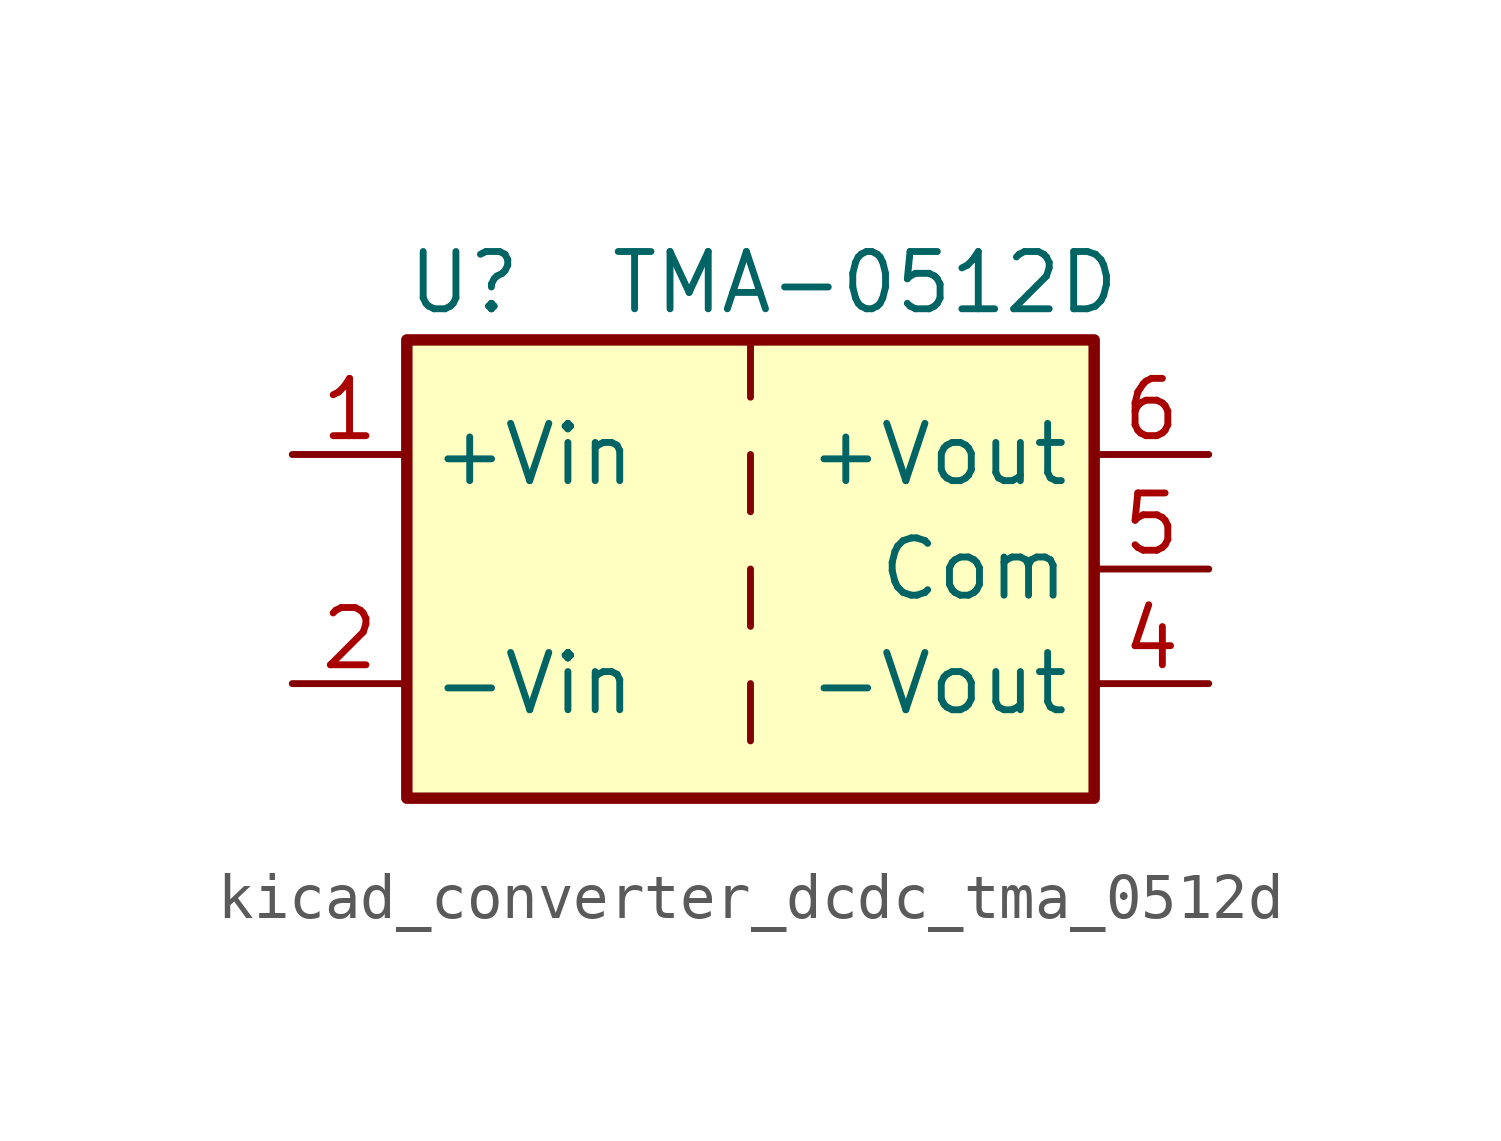
<source format=kicad_sym>
(kicad_symbol_lib
  (version 20220914)
  (generator kicad_symbol_editor)
  (symbol "kicad_converter_dcdc_tma_0512d"
    (property "Reference" "U"
      (at -6.35 6.35 0)
      (effects (font (size 1.27 1.27))))
    (property "Value" "TMA-0512D"
      (at 2.54 6.35 0)
      (effects (font (size 1.27 1.27))))
    (symbol "kicad_converter_dcdc_tma_0512d_0_1"
      (rectangle (start -7.62 5.08) (end 7.62 -5.08) (stroke (width 0.254) (type default)) (fill (type background)))
      (polyline (pts (xy 0 -2.54) (xy 0 -3.81)) (stroke (width 0) (type default)) (fill (type none)))
      (polyline (pts (xy 0 0) (xy 0 -1.27)) (stroke (width 0) (type default)) (fill (type none)))
      (polyline (pts (xy 0 2.54) (xy 0 1.27)) (stroke (width 0) (type default)) (fill (type none)))
      (polyline (pts (xy 0 5.08) (xy 0 3.81)) (stroke (width 0) (type default)) (fill (type none))))
    (symbol "kicad_converter_dcdc_tma_0512d_1_1"
      (pin power_in line (at -10.16 2.54 0) (length 2.54) (name "+Vin" (effects (font (size 1.27 1.27)))) (number "1" (effects (font (size 1.27 1.27)))))
      (pin power_in line (at -10.16 -2.54 0) (length 2.54) (name "-Vin" (effects (font (size 1.27 1.27)))) (number "2" (effects (font (size 1.27 1.27)))))
      (pin power_out line (at 10.16 -2.54 180) (length 2.54) (name "-Vout" (effects (font (size 1.27 1.27)))) (number "4" (effects (font (size 1.27 1.27)))))
      (pin power_out line (at 10.16 0 180) (length 2.54) (name "Com" (effects (font (size 1.27 1.27)))) (number "5" (effects (font (size 1.27 1.27)))))
      (pin power_out line (at 10.16 2.54 180) (length 2.54) (name "+Vout" (effects (font (size 1.27 1.27)))) (number "6" (effects (font (size 1.27 1.27))))))))
</source>
